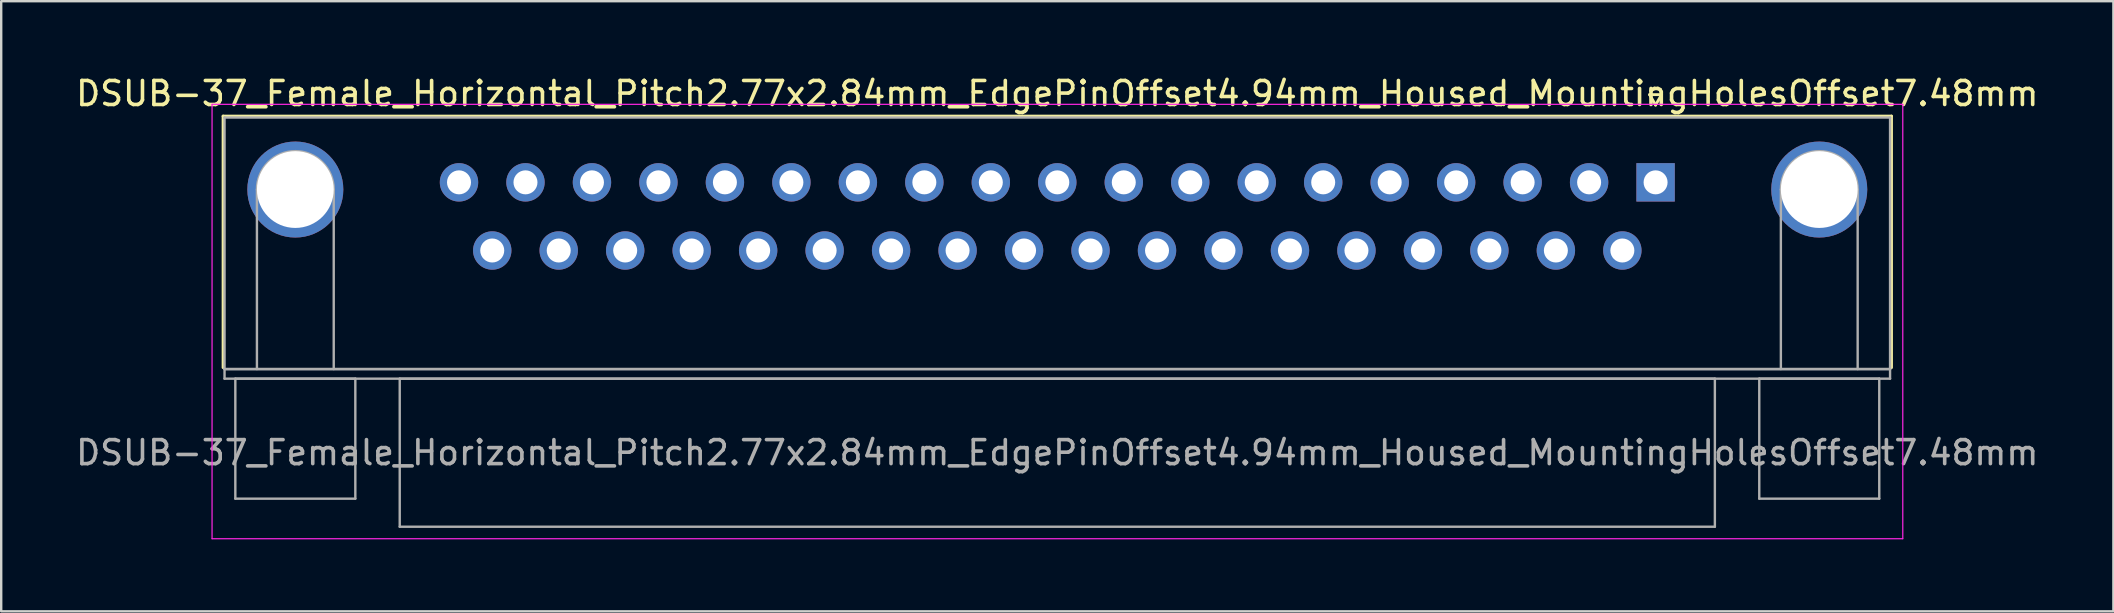
<source format=kicad_pcb>
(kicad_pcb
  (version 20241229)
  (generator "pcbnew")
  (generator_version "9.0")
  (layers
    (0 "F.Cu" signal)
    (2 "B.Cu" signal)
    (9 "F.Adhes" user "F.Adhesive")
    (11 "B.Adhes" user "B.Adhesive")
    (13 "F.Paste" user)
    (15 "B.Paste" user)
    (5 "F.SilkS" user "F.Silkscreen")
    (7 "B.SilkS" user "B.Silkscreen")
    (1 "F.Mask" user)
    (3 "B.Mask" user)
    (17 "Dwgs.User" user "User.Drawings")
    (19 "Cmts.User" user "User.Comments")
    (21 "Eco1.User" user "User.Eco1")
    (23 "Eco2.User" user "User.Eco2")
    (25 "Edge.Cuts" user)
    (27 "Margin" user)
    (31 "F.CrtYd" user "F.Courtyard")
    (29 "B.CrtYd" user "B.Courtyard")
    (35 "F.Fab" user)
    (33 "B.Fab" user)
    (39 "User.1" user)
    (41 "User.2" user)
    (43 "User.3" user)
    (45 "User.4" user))
  (footprint "DSUB-37_Female_Horizontal_Pitch2.77x2.84mm_EdgePinOffset4.94mm_Housed_MountingHolesOffset7.48mm"
    (layer "F.Cu")
    (at 65.936 4.548)
    (property "Reference" "DSUB-37_Female_Horizontal_Pitch2.77x2.84mm_EdgePinOffset4.94mm_Housed_MountingHolesOffset7.48mm" (at -24.93 -3.7 0) (layer "F.SilkS") (effects (font (size 1 1) (thickness 0.15))))
    (attr through_hole)
    (fp_line (start -59.69 -2.76) (end 9.83 -2.76) (stroke (width 0.12) (type solid)) (layer "F.SilkS"))
    (fp_line (start -59.69 7.72) (end -59.69 -2.76) (stroke (width 0.12) (type solid)) (layer "F.SilkS"))
    (fp_line (start -0.25 -3.654) (end 0.25 -3.654) (stroke (width 0.12) (type solid)) (layer "F.SilkS"))
    (fp_line (start 0 -3.221) (end -0.25 -3.654) (stroke (width 0.12) (type solid)) (layer "F.SilkS"))
    (fp_line (start 0.25 -3.654) (end 0 -3.221) (stroke (width 0.12) (type solid)) (layer "F.SilkS"))
    (fp_line (start 9.83 -2.76) (end 9.83 7.72) (stroke (width 0.12) (type solid)) (layer "F.SilkS"))
    (fp_line (start -60.15 -3.25) (end -60.15 14.85) (stroke (width 0.05) (type solid)) (layer "F.CrtYd"))
    (fp_line (start -60.15 14.85) (end 10.3 14.85) (stroke (width 0.05) (type solid)) (layer "F.CrtYd"))
    (fp_line (start 10.3 -3.25) (end -60.15 -3.25) (stroke (width 0.05) (type solid)) (layer "F.CrtYd"))
    (fp_line (start 10.3 14.85) (end 10.3 -3.25) (stroke (width 0.05) (type solid)) (layer "F.CrtYd"))
    (fp_line (start -59.63 -2.7) (end -59.63 7.78) (stroke (width 0.1) (type solid)) (layer "F.Fab"))
    (fp_line (start -59.63 7.78) (end -59.63 8.18) (stroke (width 0.1) (type solid)) (layer "F.Fab"))
    (fp_line (start -59.63 7.78) (end 9.77 7.78) (stroke (width 0.1) (type solid)) (layer "F.Fab"))
    (fp_line (start -59.63 8.18) (end 9.77 8.18) (stroke (width 0.1) (type solid)) (layer "F.Fab"))
    (fp_line (start -59.18 8.18) (end -59.18 13.18) (stroke (width 0.1) (type solid)) (layer "F.Fab"))
    (fp_line (start -59.18 13.18) (end -54.18 13.18) (stroke (width 0.1) (type solid)) (layer "F.Fab"))
    (fp_line (start -58.28 7.78) (end -58.28 0.3) (stroke (width 0.1) (type solid)) (layer "F.Fab"))
    (fp_line (start -55.08 7.78) (end -55.08 0.3) (stroke (width 0.1) (type solid)) (layer "F.Fab"))
    (fp_line (start -54.18 8.18) (end -59.18 8.18) (stroke (width 0.1) (type solid)) (layer "F.Fab"))
    (fp_line (start -54.18 13.18) (end -54.18 8.18) (stroke (width 0.1) (type solid)) (layer "F.Fab"))
    (fp_line (start -52.33 8.18) (end -52.33 14.35) (stroke (width 0.1) (type solid)) (layer "F.Fab"))
    (fp_line (start -52.33 14.35) (end 2.47 14.35) (stroke (width 0.1) (type solid)) (layer "F.Fab"))
    (fp_line (start 2.47 8.18) (end -52.33 8.18) (stroke (width 0.1) (type solid)) (layer "F.Fab"))
    (fp_line (start 2.47 14.35) (end 2.47 8.18) (stroke (width 0.1) (type solid)) (layer "F.Fab"))
    (fp_line (start 4.32 8.18) (end 4.32 13.18) (stroke (width 0.1) (type solid)) (layer "F.Fab"))
    (fp_line (start 4.32 13.18) (end 9.32 13.18) (stroke (width 0.1) (type solid)) (layer "F.Fab"))
    (fp_line (start 5.22 7.78) (end 5.22 0.3) (stroke (width 0.1) (type solid)) (layer "F.Fab"))
    (fp_line (start 8.42 7.78) (end 8.42 0.3) (stroke (width 0.1) (type solid)) (layer "F.Fab"))
    (fp_line (start 9.32 8.18) (end 4.32 8.18) (stroke (width 0.1) (type solid)) (layer "F.Fab"))
    (fp_line (start 9.32 13.18) (end 9.32 8.18) (stroke (width 0.1) (type solid)) (layer "F.Fab"))
    (fp_line (start 9.77 -2.7) (end -59.63 -2.7) (stroke (width 0.1) (type solid)) (layer "F.Fab"))
    (fp_line (start 9.77 7.78) (end -59.63 7.78) (stroke (width 0.1) (type solid)) (layer "F.Fab"))
    (fp_line (start 9.77 7.78) (end 9.77 -2.7) (stroke (width 0.1) (type solid)) (layer "F.Fab"))
    (fp_line (start 9.77 8.18) (end 9.77 7.78) (stroke (width 0.1) (type solid)) (layer "F.Fab"))
    (fp_arc (start -58.28 0.3) (mid -56.68 -1.3) (end -55.08 0.3) (stroke (width 0.1) (type solid)) (layer "F.Fab"))
    (fp_arc (start 5.22 0.3) (mid 6.82 -1.3) (end 8.42 0.3) (stroke (width 0.1) (type solid)) (layer "F.Fab"))
    (fp_text user "${REFERENCE}" (at -24.93 11.265 0) (layer "F.Fab") (effects (font (size 1 1) (thickness 0.15))))
    (pad "0" thru_hole circle (at -56.68 0.3) (size 4 4) (drill 3.2) (layers "*.Cu" "*.Mask"))
    (pad "0" thru_hole circle (at 6.82 0.3) (size 4 4) (drill 3.2) (layers "*.Cu" "*.Mask"))
    (pad "1" thru_hole rect (at 0 0) (size 1.6 1.6) (drill 1) (layers "*.Cu" "*.Mask"))
    (pad "2" thru_hole circle (at -2.77 0) (size 1.6 1.6) (drill 1) (layers "*.Cu" "*.Mask"))
    (pad "3" thru_hole circle (at -5.54 0) (size 1.6 1.6) (drill 1) (layers "*.Cu" "*.Mask"))
    (pad "4" thru_hole circle (at -8.31 0) (size 1.6 1.6) (drill 1) (layers "*.Cu" "*.Mask"))
    (pad "5" thru_hole circle (at -11.08 0) (size 1.6 1.6) (drill 1) (layers "*.Cu" "*.Mask"))
    (pad "6" thru_hole circle (at -13.85 0) (size 1.6 1.6) (drill 1) (layers "*.Cu" "*.Mask"))
    (pad "7" thru_hole circle (at -16.62 0) (size 1.6 1.6) (drill 1) (layers "*.Cu" "*.Mask"))
    (pad "8" thru_hole circle (at -19.39 0) (size 1.6 1.6) (drill 1) (layers "*.Cu" "*.Mask"))
    (pad "9" thru_hole circle (at -22.16 0) (size 1.6 1.6) (drill 1) (layers "*.Cu" "*.Mask"))
    (pad "10" thru_hole circle (at -24.93 0) (size 1.6 1.6) (drill 1) (layers "*.Cu" "*.Mask"))
    (pad "11" thru_hole circle (at -27.7 0) (size 1.6 1.6) (drill 1) (layers "*.Cu" "*.Mask"))
    (pad "12" thru_hole circle (at -30.47 0) (size 1.6 1.6) (drill 1) (layers "*.Cu" "*.Mask"))
    (pad "13" thru_hole circle (at -33.24 0) (size 1.6 1.6) (drill 1) (layers "*.Cu" "*.Mask"))
    (pad "14" thru_hole circle (at -36.01 0) (size 1.6 1.6) (drill 1) (layers "*.Cu" "*.Mask"))
    (pad "15" thru_hole circle (at -38.78 0) (size 1.6 1.6) (drill 1) (layers "*.Cu" "*.Mask"))
    (pad "16" thru_hole circle (at -41.55 0) (size 1.6 1.6) (drill 1) (layers "*.Cu" "*.Mask"))
    (pad "17" thru_hole circle (at -44.32 0) (size 1.6 1.6) (drill 1) (layers "*.Cu" "*.Mask"))
    (pad "18" thru_hole circle (at -47.09 0) (size 1.6 1.6) (drill 1) (layers "*.Cu" "*.Mask"))
    (pad "19" thru_hole circle (at -49.86 0) (size 1.6 1.6) (drill 1) (layers "*.Cu" "*.Mask"))
    (pad "20" thru_hole circle (at -1.385 2.84) (size 1.6 1.6) (drill 1) (layers "*.Cu" "*.Mask"))
    (pad "21" thru_hole circle (at -4.155 2.84) (size 1.6 1.6) (drill 1) (layers "*.Cu" "*.Mask"))
    (pad "22" thru_hole circle (at -6.925 2.84) (size 1.6 1.6) (drill 1) (layers "*.Cu" "*.Mask"))
    (pad "23" thru_hole circle (at -9.695 2.84) (size 1.6 1.6) (drill 1) (layers "*.Cu" "*.Mask"))
    (pad "24" thru_hole circle (at -12.465 2.84) (size 1.6 1.6) (drill 1) (layers "*.Cu" "*.Mask"))
    (pad "25" thru_hole circle (at -15.235 2.84) (size 1.6 1.6) (drill 1) (layers "*.Cu" "*.Mask"))
    (pad "26" thru_hole circle (at -18.005 2.84) (size 1.6 1.6) (drill 1) (layers "*.Cu" "*.Mask"))
    (pad "27" thru_hole circle (at -20.775 2.84) (size 1.6 1.6) (drill 1) (layers "*.Cu" "*.Mask"))
    (pad "28" thru_hole circle (at -23.545 2.84) (size 1.6 1.6) (drill 1) (layers "*.Cu" "*.Mask"))
    (pad "29" thru_hole circle (at -26.315 2.84) (size 1.6 1.6) (drill 1) (layers "*.Cu" "*.Mask"))
    (pad "30" thru_hole circle (at -29.085 2.84) (size 1.6 1.6) (drill 1) (layers "*.Cu" "*.Mask"))
    (pad "31" thru_hole circle (at -31.855 2.84) (size 1.6 1.6) (drill 1) (layers "*.Cu" "*.Mask"))
    (pad "32" thru_hole circle (at -34.625 2.84) (size 1.6 1.6) (drill 1) (layers "*.Cu" "*.Mask"))
    (pad "33" thru_hole circle (at -37.395 2.84) (size 1.6 1.6) (drill 1) (layers "*.Cu" "*.Mask"))
    (pad "34" thru_hole circle (at -40.165 2.84) (size 1.6 1.6) (drill 1) (layers "*.Cu" "*.Mask"))
    (pad "35" thru_hole circle (at -42.935 2.84) (size 1.6 1.6) (drill 1) (layers "*.Cu" "*.Mask"))
    (pad "36" thru_hole circle (at -45.705 2.84) (size 1.6 1.6) (drill 1) (layers "*.Cu" "*.Mask"))
    (pad "37" thru_hole circle (at -48.475 2.84) (size 1.6 1.6) (drill 1) (layers "*.Cu" "*.Mask")))
  (gr_rect
    (start -3 -3)
    (end 85.012 22.423)
    (stroke (width 0.1) (type default))
    (fill no)
    (layer "Edge.Cuts")))
</source>
